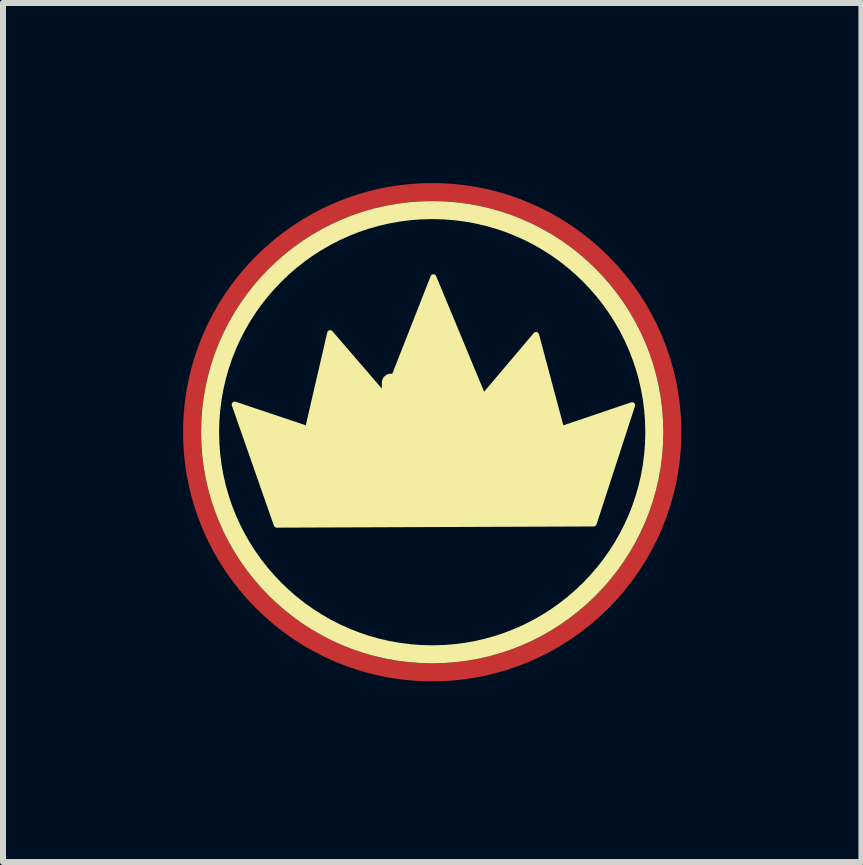
<source format=kicad_pcb>
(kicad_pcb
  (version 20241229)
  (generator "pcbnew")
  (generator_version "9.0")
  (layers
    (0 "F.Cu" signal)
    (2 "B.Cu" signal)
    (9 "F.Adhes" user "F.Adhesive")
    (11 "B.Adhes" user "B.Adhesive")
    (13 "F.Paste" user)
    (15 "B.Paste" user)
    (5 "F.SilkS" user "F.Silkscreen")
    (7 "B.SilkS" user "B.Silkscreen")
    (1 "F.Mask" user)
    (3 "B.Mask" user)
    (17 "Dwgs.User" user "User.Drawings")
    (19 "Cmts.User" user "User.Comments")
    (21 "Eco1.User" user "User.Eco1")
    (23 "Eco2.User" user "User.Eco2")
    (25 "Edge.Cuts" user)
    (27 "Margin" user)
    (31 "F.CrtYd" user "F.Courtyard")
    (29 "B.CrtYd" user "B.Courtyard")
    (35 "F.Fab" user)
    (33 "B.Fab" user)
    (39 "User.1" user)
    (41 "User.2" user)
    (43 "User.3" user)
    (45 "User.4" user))
  (footprint "tk"
    (layer "F.Cu")
    (at 4.15 4.16)
    (property "Reference" "tk" (at 0 0 0) (layer "F.SilkS") (effects (font (size 1.524 1.524) (thickness 0.3))))
    (attr through_hole)
    (fp_circle (center 0 -0.01) (end 4 -0.01) (stroke (width 0.3) (type solid)) (fill no) (layer "F.Cu"))
    (fp_circle (center 0 0) (end 4 0) (stroke (width 0.3) (type solid)) (fill no) (layer "F.Mask"))
    (fp_circle (center 0 -0.01) (end 3.7 -0.01) (stroke (width 0.3) (type solid)) (fill no) (layer "F.SilkS"))
    (fp_poly (pts (xy 0.85 -0.59) (xy 1.73 -1.63) (xy 2.15 -0.06) (xy 3.33 -0.46) (xy 2.69 1.51) (xy -2.59 1.53) (xy -3.29 -0.47) (xy -2.07 -0.06) (xy -1.7 -1.66) (xy -0.77 -0.58) (xy 0.02 -2.59)) (stroke (width 0.1) (type solid)) (fill yes) (layer "F.SilkS")))
  (gr_rect
    (start -3 -3)
    (end 11.3 11.31)
    (stroke (width 0.1) (type default))
    (fill no)
    (layer "Edge.Cuts")))
</source>
